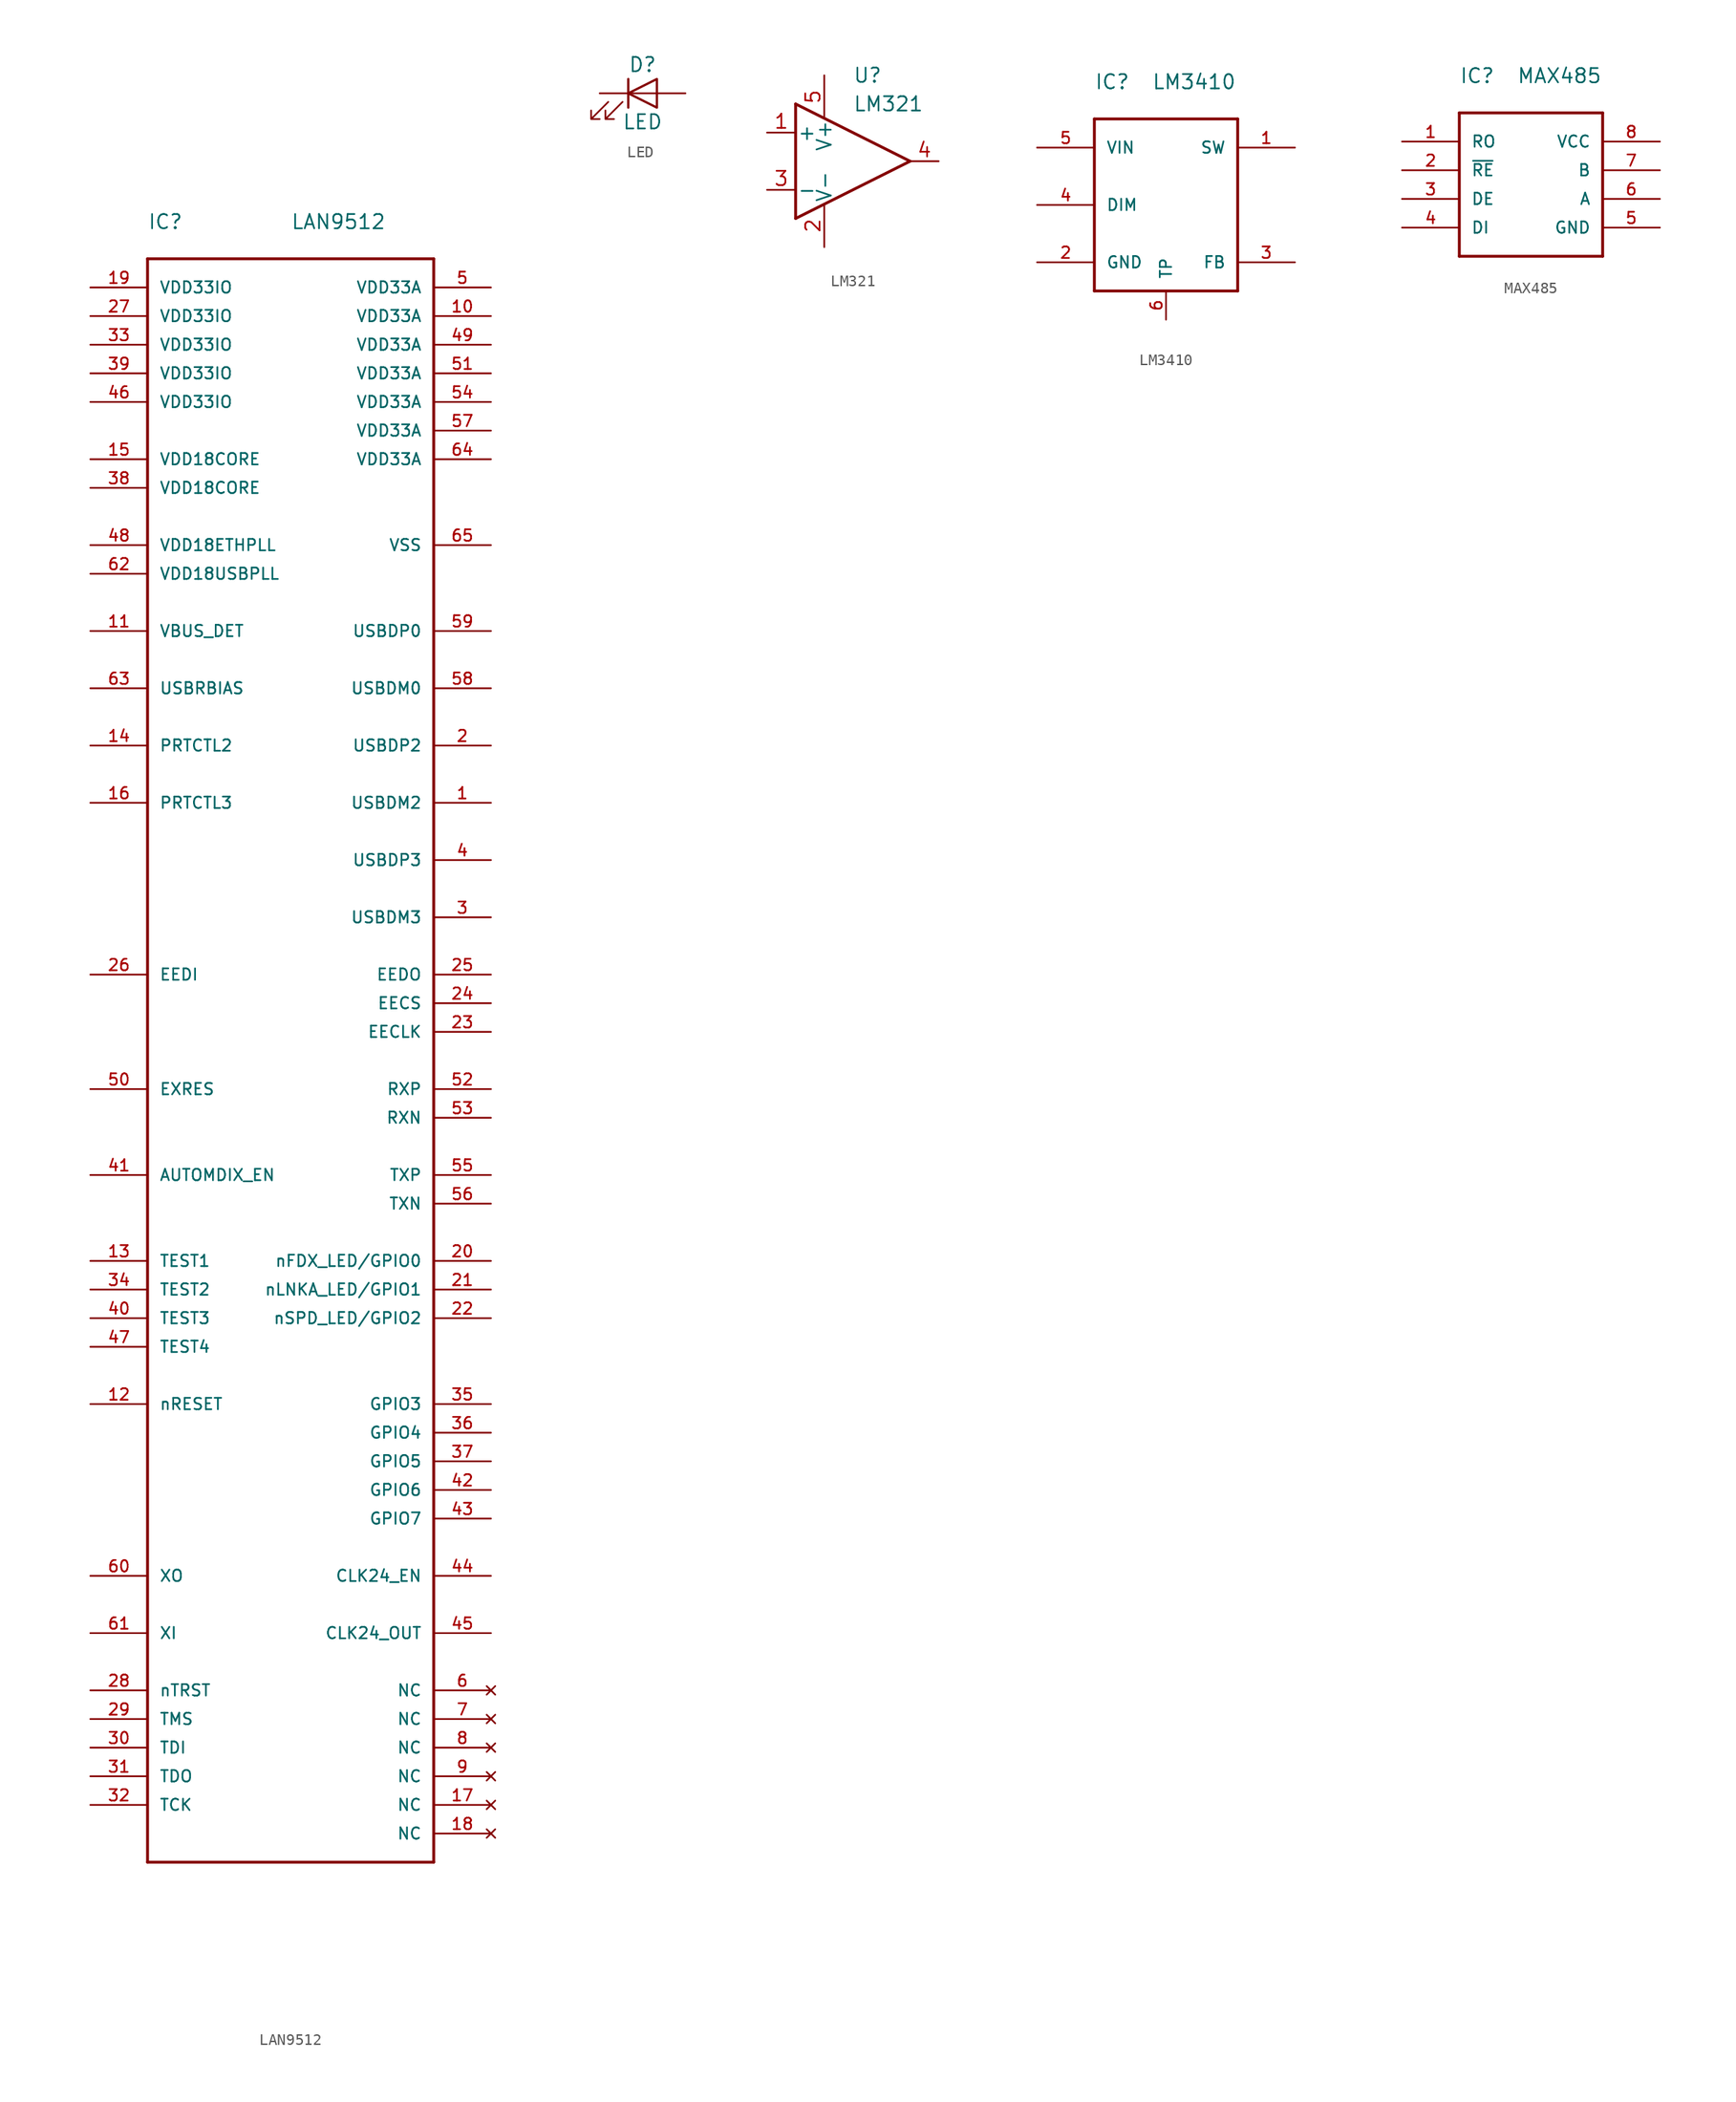
<source format=kicad_sym>
(kicad_symbol_lib
  (version 20220914)
  (generator kicad_symbol_editor)
  (symbol "LAN9512"
    (pin_names
      (offset 1.016))
    (property "Reference" "IC"
      (at 0 2.54 0)
      (effects (font (size 1.27 1.27)) (justify left bottom)))
    (property "Value" "LAN9512"
      (at 12.7 2.54 0)
      (effects (font (size 1.27 1.27)) (justify left bottom)))
    (symbol "LAN9512_1_0"
      (polyline (pts (xy 0 -142.24) (xy 0 0)) (stroke (width 0.254) (type solid)) (fill (type none)))
      (polyline (pts (xy 0 0) (xy 25.4 0)) (stroke (width 0.254) (type solid)) (fill (type none)))
      (polyline (pts (xy 25.4 -142.24) (xy 0 -142.24)) (stroke (width 0.254) (type solid)) (fill (type none)))
      (polyline (pts (xy 25.4 0) (xy 25.4 -142.24)) (stroke (width 0.254) (type solid)) (fill (type none)))
      (pin power_in line (at 30.48 -5.08 180) (length 5.08) (name "VDD33A" (effects (font (size 1.016 1.016)))) (number "10" (effects (font (size 1.016 1.016)))))
      (pin input line (at -5.08 -88.9 0) (length 5.08) (name "TEST1" (effects (font (size 1.016 1.016)))) (number "13" (effects (font (size 1.016 1.016)))))
      (pin output line (at -5.08 -48.26 0) (length 5.08) (name "PRTCTL3" (effects (font (size 1.016 1.016)))) (number "16" (effects (font (size 1.016 1.016)))))
      (pin no_connect line (at 30.48 -139.7 180) (length 5.08) (name "NC" (effects (font (size 1.016 1.016)))) (number "18" (effects (font (size 1.016 1.016)))))
      (pin bidirectional line (at 30.48 -43.18 180) (length 5.08) (name "USBDP2" (effects (font (size 1.016 1.016)))) (number "2" (effects (font (size 1.016 1.016)))))
      (pin input line (at -5.08 -63.5 0) (length 5.08) (name "EEDI" (effects (font (size 1.016 1.016)))) (number "26" (effects (font (size 1.016 1.016)))))
      (pin input line (at -5.08 -127 0) (length 5.08) (name "nTRST" (effects (font (size 1.016 1.016)))) (number "28" (effects (font (size 1.016 1.016)))))
      (pin input line (at -5.08 -132.08 0) (length 5.08) (name "TDI" (effects (font (size 1.016 1.016)))) (number "30" (effects (font (size 1.016 1.016)))))
      (pin input line (at -5.08 -91.44 0) (length 5.08) (name "TEST2" (effects (font (size 1.016 1.016)))) (number "34" (effects (font (size 1.016 1.016)))))
      (pin bidirectional line (at 30.48 -101.6 180) (length 5.08) (name "GPIO3" (effects (font (size 1.016 1.016)))) (number "35" (effects (font (size 1.016 1.016)))))
      (pin no_connect line (at 30.48 -129.54 180) (length 5.08) (name "NC" (effects (font (size 1.016 1.016)))) (number "7" (effects (font (size 1.016 1.016)))))
      (pin no_connect line (at 30.48 -134.62 180) (length 5.08) (name "NC" (effects (font (size 1.016 1.016)))) (number "9" (effects (font (size 1.016 1.016))))))
    (symbol "LAN9512_1_1"
      (pin bidirectional line (at 30.48 -48.26 180) (length 5.08) (name "USBDM2" (effects (font (size 1.016 1.016)))) (number "1" (effects (font (size 1.016 1.016)))))
      (pin input line (at -5.08 -33.02 0) (length 5.08) (name "VBUS_DET" (effects (font (size 1.016 1.016)))) (number "11" (effects (font (size 1.016 1.016)))))
      (pin input line (at -5.08 -101.6 0) (length 5.08) (name "nRESET" (effects (font (size 1.016 1.016)))) (number "12" (effects (font (size 1.016 1.016)))))
      (pin output line (at -5.08 -43.18 0) (length 5.08) (name "PRTCTL2" (effects (font (size 1.016 1.016)))) (number "14" (effects (font (size 1.016 1.016)))))
      (pin power_in line (at -5.08 -17.78 0) (length 5.08) (name "VDD18CORE" (effects (font (size 1.016 1.016)))) (number "15" (effects (font (size 1.016 1.016)))))
      (pin no_connect line (at 30.48 -137.16 180) (length 5.08) (name "NC" (effects (font (size 1.016 1.016)))) (number "17" (effects (font (size 1.016 1.016)))))
      (pin power_in line (at -5.08 -2.54 0) (length 5.08) (name "VDD33IO" (effects (font (size 1.016 1.016)))) (number "19" (effects (font (size 1.016 1.016)))))
      (pin bidirectional line (at 30.48 -88.9 180) (length 5.08) (name "nFDX_LED/GPIO0" (effects (font (size 1.016 1.016)))) (number "20" (effects (font (size 1.016 1.016)))))
      (pin bidirectional line (at 30.48 -91.44 180) (length 5.08) (name "nLNKA_LED/GPIO1" (effects (font (size 1.016 1.016)))) (number "21" (effects (font (size 1.016 1.016)))))
      (pin bidirectional line (at 30.48 -93.98 180) (length 5.08) (name "nSPD_LED/GPIO2" (effects (font (size 1.016 1.016)))) (number "22" (effects (font (size 1.016 1.016)))))
      (pin output line (at 30.48 -68.58 180) (length 5.08) (name "EECLK" (effects (font (size 1.016 1.016)))) (number "23" (effects (font (size 1.016 1.016)))))
      (pin output line (at 30.48 -66.04 180) (length 5.08) (name "EECS" (effects (font (size 1.016 1.016)))) (number "24" (effects (font (size 1.016 1.016)))))
      (pin output line (at 30.48 -63.5 180) (length 5.08) (name "EEDO" (effects (font (size 1.016 1.016)))) (number "25" (effects (font (size 1.016 1.016)))))
      (pin power_in line (at -5.08 -5.08 0) (length 5.08) (name "VDD33IO" (effects (font (size 1.016 1.016)))) (number "27" (effects (font (size 1.016 1.016)))))
      (pin input line (at -5.08 -129.54 0) (length 5.08) (name "TMS" (effects (font (size 1.016 1.016)))) (number "29" (effects (font (size 1.016 1.016)))))
      (pin bidirectional line (at 30.48 -58.42 180) (length 5.08) (name "USBDM3" (effects (font (size 1.016 1.016)))) (number "3" (effects (font (size 1.016 1.016)))))
      (pin input line (at -5.08 -134.62 0) (length 5.08) (name "TDO" (effects (font (size 1.016 1.016)))) (number "31" (effects (font (size 1.016 1.016)))))
      (pin input line (at -5.08 -137.16 0) (length 5.08) (name "TCK" (effects (font (size 1.016 1.016)))) (number "32" (effects (font (size 1.016 1.016)))))
      (pin power_in line (at -5.08 -7.62 0) (length 5.08) (name "VDD33IO" (effects (font (size 1.016 1.016)))) (number "33" (effects (font (size 1.016 1.016)))))
      (pin bidirectional line (at 30.48 -104.14 180) (length 5.08) (name "GPIO4" (effects (font (size 1.016 1.016)))) (number "36" (effects (font (size 1.016 1.016)))))
      (pin bidirectional line (at 30.48 -106.68 180) (length 5.08) (name "GPIO5" (effects (font (size 1.016 1.016)))) (number "37" (effects (font (size 1.016 1.016)))))
      (pin power_in line (at -5.08 -20.32 0) (length 5.08) (name "VDD18CORE" (effects (font (size 1.016 1.016)))) (number "38" (effects (font (size 1.016 1.016)))))
      (pin power_in line (at -5.08 -10.16 0) (length 5.08) (name "VDD33IO" (effects (font (size 1.016 1.016)))) (number "39" (effects (font (size 1.016 1.016)))))
      (pin bidirectional line (at 30.48 -53.34 180) (length 5.08) (name "USBDP3" (effects (font (size 1.016 1.016)))) (number "4" (effects (font (size 1.016 1.016)))))
      (pin input line (at -5.08 -93.98 0) (length 5.08) (name "TEST3" (effects (font (size 1.016 1.016)))) (number "40" (effects (font (size 1.016 1.016)))))
      (pin passive line (at -5.08 -81.28 0) (length 5.08) (name "AUTOMDIX_EN" (effects (font (size 1.016 1.016)))) (number "41" (effects (font (size 1.016 1.016)))))
      (pin bidirectional line (at 30.48 -109.22 180) (length 5.08) (name "GPIO6" (effects (font (size 1.016 1.016)))) (number "42" (effects (font (size 1.016 1.016)))))
      (pin bidirectional line (at 30.48 -111.76 180) (length 5.08) (name "GPIO7" (effects (font (size 1.016 1.016)))) (number "43" (effects (font (size 1.016 1.016)))))
      (pin input line (at 30.48 -116.84 180) (length 5.08) (name "CLK24_EN" (effects (font (size 1.016 1.016)))) (number "44" (effects (font (size 1.016 1.016)))))
      (pin output line (at 30.48 -121.92 180) (length 5.08) (name "CLK24_OUT" (effects (font (size 1.016 1.016)))) (number "45" (effects (font (size 1.016 1.016)))))
      (pin power_in line (at -5.08 -12.7 0) (length 5.08) (name "VDD33IO" (effects (font (size 1.016 1.016)))) (number "46" (effects (font (size 1.016 1.016)))))
      (pin input line (at -5.08 -96.52 0) (length 5.08) (name "TEST4" (effects (font (size 1.016 1.016)))) (number "47" (effects (font (size 1.016 1.016)))))
      (pin power_in line (at -5.08 -25.4 0) (length 5.08) (name "VDD18ETHPLL" (effects (font (size 1.016 1.016)))) (number "48" (effects (font (size 1.016 1.016)))))
      (pin power_in line (at 30.48 -7.62 180) (length 5.08) (name "VDD33A" (effects (font (size 1.016 1.016)))) (number "49" (effects (font (size 1.016 1.016)))))
      (pin power_in line (at 30.48 -2.54 180) (length 5.08) (name "VDD33A" (effects (font (size 1.016 1.016)))) (number "5" (effects (font (size 1.016 1.016)))))
      (pin passive line (at -5.08 -73.66 0) (length 5.08) (name "EXRES" (effects (font (size 1.016 1.016)))) (number "50" (effects (font (size 1.016 1.016)))))
      (pin power_in line (at 30.48 -10.16 180) (length 5.08) (name "VDD33A" (effects (font (size 1.016 1.016)))) (number "51" (effects (font (size 1.016 1.016)))))
      (pin input line (at 30.48 -73.66 180) (length 5.08) (name "RXP" (effects (font (size 1.016 1.016)))) (number "52" (effects (font (size 1.016 1.016)))))
      (pin input line (at 30.48 -76.2 180) (length 5.08) (name "RXN" (effects (font (size 1.016 1.016)))) (number "53" (effects (font (size 1.016 1.016)))))
      (pin power_in line (at 30.48 -12.7 180) (length 5.08) (name "VDD33A" (effects (font (size 1.016 1.016)))) (number "54" (effects (font (size 1.016 1.016)))))
      (pin output line (at 30.48 -81.28 180) (length 5.08) (name "TXP" (effects (font (size 1.016 1.016)))) (number "55" (effects (font (size 1.016 1.016)))))
      (pin output line (at 30.48 -83.82 180) (length 5.08) (name "TXN" (effects (font (size 1.016 1.016)))) (number "56" (effects (font (size 1.016 1.016)))))
      (pin power_in line (at 30.48 -15.24 180) (length 5.08) (name "VDD33A" (effects (font (size 1.016 1.016)))) (number "57" (effects (font (size 1.016 1.016)))))
      (pin bidirectional line (at 30.48 -38.1 180) (length 5.08) (name "USBDM0" (effects (font (size 1.016 1.016)))) (number "58" (effects (font (size 1.016 1.016)))))
      (pin bidirectional line (at 30.48 -33.02 180) (length 5.08) (name "USBDP0" (effects (font (size 1.016 1.016)))) (number "59" (effects (font (size 1.016 1.016)))))
      (pin no_connect line (at 30.48 -127 180) (length 5.08) (name "NC" (effects (font (size 1.016 1.016)))) (number "6" (effects (font (size 1.016 1.016)))))
      (pin output line (at -5.08 -116.84 0) (length 5.08) (name "XO" (effects (font (size 1.016 1.016)))) (number "60" (effects (font (size 1.016 1.016)))))
      (pin input line (at -5.08 -121.92 0) (length 5.08) (name "XI" (effects (font (size 1.016 1.016)))) (number "61" (effects (font (size 1.016 1.016)))))
      (pin power_in line (at -5.08 -27.94 0) (length 5.08) (name "VDD18USBPLL" (effects (font (size 1.016 1.016)))) (number "62" (effects (font (size 1.016 1.016)))))
      (pin passive line (at -5.08 -38.1 0) (length 5.08) (name "USBRBIAS" (effects (font (size 1.016 1.016)))) (number "63" (effects (font (size 1.016 1.016)))))
      (pin power_in line (at 30.48 -17.78 180) (length 5.08) (name "VDD33A" (effects (font (size 1.016 1.016)))) (number "64" (effects (font (size 1.016 1.016)))))
      (pin power_in line (at 30.48 -25.4 180) (length 5.08) (name "VSS" (effects (font (size 1.016 1.016)))) (number "65" (effects (font (size 1.016 1.016)))))
      (pin no_connect line (at 30.48 -132.08 180) (length 5.08) (name "NC" (effects (font (size 1.016 1.016)))) (number "8" (effects (font (size 1.016 1.016)))))))
  (symbol "LED"
    (pin_numbers hide)
    (pin_names
      (offset 1.016) hide)
    (property "Reference" "D"
      (at 3.81 2.54 0)
      (effects (font (size 1.27 1.27))))
    (property "Value" "LED"
      (at 3.81 -2.54 0)
      (effects (font (size 1.27 1.27))))
    (symbol "LED_0_1"
      (polyline (pts (xy 2.54 -1.27) (xy 2.54 1.27)) (stroke (width 0.203) (type solid)) (fill (type none)))
      (polyline (pts (xy 2.54 0) (xy 5.08 0)) (stroke (width 0) (type solid)) (fill (type none)))
      (polyline (pts (xy 5.08 -1.27) (xy 5.08 1.27) (xy 2.54 0) (xy 5.08 -1.27)) (stroke (width 0.203) (type solid)) (fill (type none)))
      (polyline (pts (xy 0.762 -0.762) (xy -0.762 -2.286) (xy 0 -2.286) (xy -0.762 -2.286) (xy -0.762 -1.524)) (stroke (width 0) (type solid)) (fill (type none)))
      (polyline (pts (xy 2.032 -0.762) (xy 0.508 -2.286) (xy 1.27 -2.286) (xy 0.508 -2.286) (xy 0.508 -1.524)) (stroke (width 0) (type solid)) (fill (type none))))
    (symbol "LED_1_1"
      (pin passive line (at 0 0 0) (length 2.54) (name "K" (effects (font (size 1.27 1.27)))) (number "1" (effects (font (size 1.27 1.27)))))
      (pin passive line (at 7.62 0 180) (length 2.54) (name "A" (effects (font (size 1.27 1.27)))) (number "2" (effects (font (size 1.27 1.27)))))))
  (symbol "LM321"
    (pin_names
      (offset 0.127))
    (property "Reference" "U"
      (at 0 7.62 0)
      (effects (font (size 1.27 1.27)) (justify left)))
    (property "Value" "LM321"
      (at 0 5.08 0)
      (effects (font (size 1.27 1.27)) (justify left)))
    (symbol "LM321_1_1"
      (polyline (pts (xy -5.08 5.08) (xy -5.08 -5.08)) (stroke (width 0.254) (type solid)) (fill (type none)))
      (polyline (pts (xy 5.08 0) (xy -5.08 -5.08)) (stroke (width 0.254) (type solid)) (fill (type none)))
      (polyline (pts (xy 5.08 0) (xy -5.08 5.08)) (stroke (width 0.254) (type solid)) (fill (type none)))
      (pin input line (at -7.62 2.54 0) (length 2.54) (name "+" (effects (font (size 1.27 1.27)))) (number "1" (effects (font (size 1.27 1.27)))))
      (pin power_in line (at -2.54 -7.62 90) (length 3.81) (name "V-" (effects (font (size 1.27 1.27)))) (number "2" (effects (font (size 1.27 1.27)))))
      (pin input line (at -7.62 -2.54 0) (length 2.54) (name "-" (effects (font (size 1.27 1.27)))) (number "3" (effects (font (size 1.27 1.27)))))
      (pin output line (at 7.62 0 180) (length 2.54) (name "~" (effects (font (size 1.27 1.27)))) (number "4" (effects (font (size 1.27 1.27)))))
      (pin power_in line (at -2.54 7.62 270) (length 3.81) (name "V+" (effects (font (size 1.27 1.27)))) (number "5" (effects (font (size 1.27 1.27)))))))
  (symbol "LM3410"
    (pin_names
      (offset 1.016))
    (property "Reference" "IC"
      (at 0 2.54 0)
      (effects (font (size 1.27 1.27)) (justify left bottom)))
    (property "Value" "LM3410"
      (at 5.08 2.54 0)
      (effects (font (size 1.27 1.27)) (justify left bottom)))
    (symbol "LM3410_1_0"
      (polyline (pts (xy 0 -15.24) (xy 0 0)) (stroke (width 0.254) (type solid)) (fill (type none)))
      (polyline (pts (xy 0 0) (xy 12.7 0)) (stroke (width 0.254) (type solid)) (fill (type none)))
      (polyline (pts (xy 12.7 -15.24) (xy 0 -15.24)) (stroke (width 0.254) (type solid)) (fill (type none)))
      (polyline (pts (xy 12.7 0) (xy 12.7 -15.24)) (stroke (width 0.254) (type solid)) (fill (type none))))
    (symbol "LM3410_1_1"
      (pin power_out line (at 17.78 -2.54 180) (length 5.08) (name "SW" (effects (font (size 1.016 1.016)))) (number "1" (effects (font (size 1.016 1.016)))))
      (pin power_in line (at -5.08 -12.7 0) (length 5.08) (name "GND" (effects (font (size 1.016 1.016)))) (number "2" (effects (font (size 1.016 1.016)))))
      (pin input line (at 17.78 -12.7 180) (length 5.08) (name "FB" (effects (font (size 1.016 1.016)))) (number "3" (effects (font (size 1.016 1.016)))))
      (pin input line (at -5.08 -7.62 0) (length 5.08) (name "DIM" (effects (font (size 1.016 1.016)))) (number "4" (effects (font (size 1.016 1.016)))))
      (pin power_in line (at -5.08 -2.54 0) (length 5.08) (name "VIN" (effects (font (size 1.016 1.016)))) (number "5" (effects (font (size 1.016 1.016)))))
      (pin passive line (at 6.35 -17.78 90) (length 2.54) (name "TP" (effects (font (size 1.016 1.016)))) (number "6" (effects (font (size 1.016 1.016)))))))
  (symbol "MAX485"
    (pin_names
      (offset 1.016))
    (property "Reference" "IC"
      (at 0 2.54 0)
      (effects (font (size 1.27 1.27)) (justify left bottom)))
    (property "Value" "MAX485"
      (at 5.08 2.54 0)
      (effects (font (size 1.27 1.27)) (justify left bottom)))
    (symbol "MAX485_1_0"
      (polyline (pts (xy 0 -12.7) (xy 0 0)) (stroke (width 0.254) (type solid)) (fill (type none)))
      (polyline (pts (xy 0 0) (xy 12.7 0)) (stroke (width 0.254) (type solid)) (fill (type none)))
      (polyline (pts (xy 12.7 -12.7) (xy 0 -12.7)) (stroke (width 0.254) (type solid)) (fill (type none)))
      (polyline (pts (xy 12.7 0) (xy 12.7 -12.7)) (stroke (width 0.254) (type solid)) (fill (type none))))
    (symbol "MAX485_1_1"
      (pin output line (at -5.08 -2.54 0) (length 5.08) (name "RO" (effects (font (size 1.016 1.016)))) (number "1" (effects (font (size 1.016 1.016)))))
      (pin input line (at -5.08 -5.08 0) (length 5.08) (name "~{RE}" (effects (font (size 1.016 1.016)))) (number "2" (effects (font (size 1.016 1.016)))))
      (pin input line (at -5.08 -7.62 0) (length 5.08) (name "DE" (effects (font (size 1.016 1.016)))) (number "3" (effects (font (size 1.016 1.016)))))
      (pin input line (at -5.08 -10.16 0) (length 5.08) (name "DI" (effects (font (size 1.016 1.016)))) (number "4" (effects (font (size 1.016 1.016)))))
      (pin power_in line (at 17.78 -10.16 180) (length 5.08) (name "GND" (effects (font (size 1.016 1.016)))) (number "5" (effects (font (size 1.016 1.016)))))
      (pin output line (at 17.78 -7.62 180) (length 5.08) (name "A" (effects (font (size 1.016 1.016)))) (number "6" (effects (font (size 1.016 1.016)))))
      (pin output line (at 17.78 -5.08 180) (length 5.08) (name "B" (effects (font (size 1.016 1.016)))) (number "7" (effects (font (size 1.016 1.016)))))
      (pin power_in line (at 17.78 -2.54 180) (length 5.08) (name "VCC" (effects (font (size 1.016 1.016)))) (number "8" (effects (font (size 1.016 1.016))))))))
</source>
